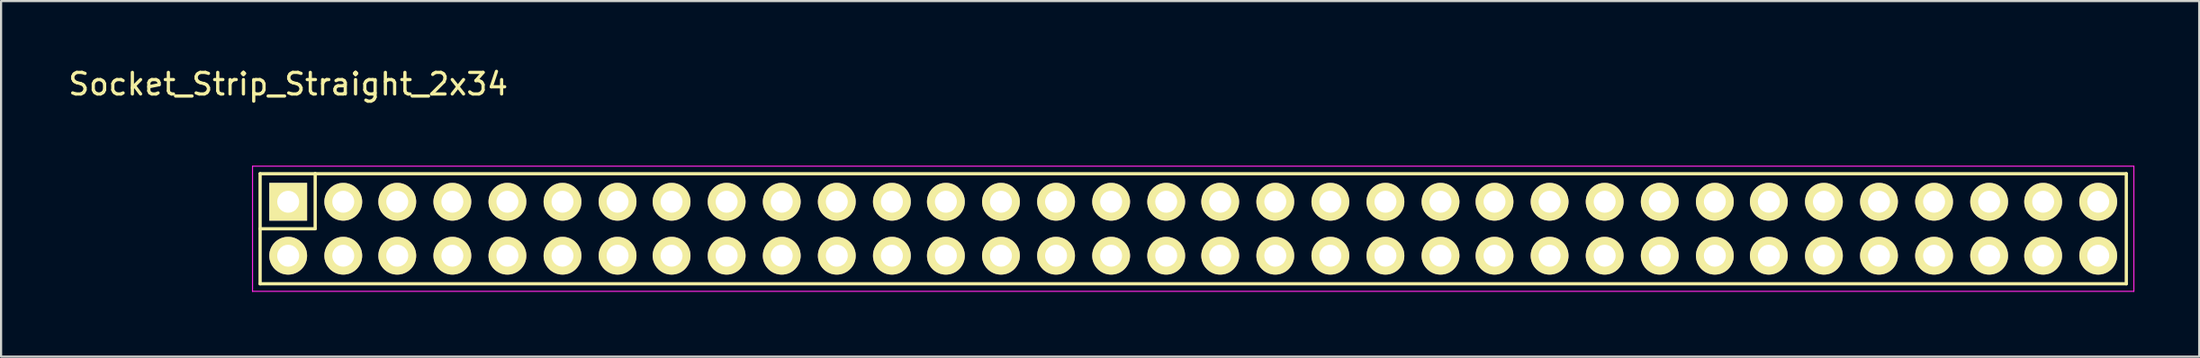
<source format=kicad_pcb>
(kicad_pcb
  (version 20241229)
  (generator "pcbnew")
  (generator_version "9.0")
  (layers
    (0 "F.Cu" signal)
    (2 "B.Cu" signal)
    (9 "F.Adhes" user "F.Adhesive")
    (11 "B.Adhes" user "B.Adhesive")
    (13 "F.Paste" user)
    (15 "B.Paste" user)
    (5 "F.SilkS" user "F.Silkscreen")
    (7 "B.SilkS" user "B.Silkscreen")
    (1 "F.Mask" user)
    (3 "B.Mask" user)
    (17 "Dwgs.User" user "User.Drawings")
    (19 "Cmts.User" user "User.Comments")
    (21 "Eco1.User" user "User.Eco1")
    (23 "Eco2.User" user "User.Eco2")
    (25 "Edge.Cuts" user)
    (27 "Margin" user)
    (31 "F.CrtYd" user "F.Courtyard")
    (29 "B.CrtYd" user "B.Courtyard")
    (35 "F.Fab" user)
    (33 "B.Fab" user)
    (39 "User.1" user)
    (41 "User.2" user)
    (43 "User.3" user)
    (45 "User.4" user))
  (footprint "Socket_Strip_Straight_2x34"
    (layer "F.Cu")
    (at 10.292 6.298)
    (property "Reference" "Socket_Strip_Straight_2x34" (at 0 -5.45 0) (layer "F.SilkS") (effects (font (size 1 1) (thickness 0.15))))
    (attr through_hole)
    (fp_line (start -1.3 -1.3) (end -1.3 1.25) (stroke (width 0.15) (type solid)) (layer "F.SilkS"))
    (fp_line (start -1.3 -1.3) (end 1.25 -1.3) (stroke (width 0.15) (type solid)) (layer "F.SilkS"))
    (fp_line (start -1.3 1.25) (end 1.25 1.25) (stroke (width 0.15) (type solid)) (layer "F.SilkS"))
    (fp_line (start -1.3 3.8) (end -1.3 1.25) (stroke (width 0.15) (type solid)) (layer "F.SilkS"))
    (fp_line (start 1.25 -1.3) (end 85.1 -1.3) (stroke (width 0.15) (type solid)) (layer "F.SilkS"))
    (fp_line (start 1.25 1.25) (end 1.25 -1.3) (stroke (width 0.15) (type solid)) (layer "F.SilkS"))
    (fp_line (start 85.1 3.8) (end -1.3 3.8) (stroke (width 0.15) (type solid)) (layer "F.SilkS"))
    (fp_line (start 85.1 3.8) (end 85.1 -1.3) (stroke (width 0.15) (type solid)) (layer "F.SilkS"))
    (fp_line (start -1.65 -1.65) (end -1.65 4.15) (stroke (width 0.05) (type solid)) (layer "F.CrtYd"))
    (fp_line (start -1.65 -1.65) (end 85.45 -1.65) (stroke (width 0.05) (type solid)) (layer "F.CrtYd"))
    (fp_line (start -1.65 4.15) (end 85.45 4.15) (stroke (width 0.05) (type solid)) (layer "F.CrtYd"))
    (fp_line (start 85.45 -1.65) (end 85.45 4.15) (stroke (width 0.05) (type solid)) (layer "F.CrtYd"))
    (pad "1" thru_hole rect (at 0 0) (size 1.75 1.75) (drill 1.016) (layers "*.Cu" "*.Mask" "F.SilkS"))
    (pad "2" thru_hole oval (at 0 2.5) (size 1.75 1.75) (drill 1.016) (layers "*.Cu" "*.Mask" "F.SilkS"))
    (pad "3" thru_hole oval (at 2.55 0) (size 1.75 1.75) (drill 1.016) (layers "*.Cu" "*.Mask" "F.SilkS"))
    (pad "4" thru_hole oval (at 2.55 2.5) (size 1.75 1.75) (drill 1.016) (layers "*.Cu" "*.Mask" "F.SilkS"))
    (pad "5" thru_hole oval (at 5.05 0) (size 1.75 1.75) (drill 1.016) (layers "*.Cu" "*.Mask" "F.SilkS"))
    (pad "6" thru_hole oval (at 5.05 2.5) (size 1.75 1.75) (drill 1.016) (layers "*.Cu" "*.Mask" "F.SilkS"))
    (pad "7" thru_hole oval (at 7.6 0) (size 1.75 1.75) (drill 1.016) (layers "*.Cu" "*.Mask" "F.SilkS"))
    (pad "8" thru_hole oval (at 7.6 2.5) (size 1.75 1.75) (drill 1.016) (layers "*.Cu" "*.Mask" "F.SilkS"))
    (pad "9" thru_hole oval (at 10.15 0) (size 1.75 1.75) (drill 1.016) (layers "*.Cu" "*.Mask" "F.SilkS"))
    (pad "10" thru_hole oval (at 10.15 2.5) (size 1.75 1.75) (drill 1.016) (layers "*.Cu" "*.Mask" "F.SilkS"))
    (pad "11" thru_hole oval (at 12.7 0) (size 1.75 1.75) (drill 1.016) (layers "*.Cu" "*.Mask" "F.SilkS"))
    (pad "12" thru_hole oval (at 12.7 2.5) (size 1.75 1.75) (drill 1.016) (layers "*.Cu" "*.Mask" "F.SilkS"))
    (pad "13" thru_hole oval (at 15.25 0) (size 1.75 1.75) (drill 1.016) (layers "*.Cu" "*.Mask" "F.SilkS"))
    (pad "14" thru_hole oval (at 15.25 2.5) (size 1.75 1.75) (drill 1.016) (layers "*.Cu" "*.Mask" "F.SilkS"))
    (pad "15" thru_hole oval (at 17.75 0) (size 1.75 1.75) (drill 1.016) (layers "*.Cu" "*.Mask" "F.SilkS"))
    (pad "16" thru_hole oval (at 17.75 2.5) (size 1.75 1.75) (drill 1.016) (layers "*.Cu" "*.Mask" "F.SilkS"))
    (pad "17" thru_hole oval (at 20.3 0) (size 1.75 1.75) (drill 1.016) (layers "*.Cu" "*.Mask" "F.SilkS"))
    (pad "18" thru_hole oval (at 20.3 2.5) (size 1.75 1.75) (drill 1.016) (layers "*.Cu" "*.Mask" "F.SilkS"))
    (pad "19" thru_hole oval (at 22.85 0) (size 1.75 1.75) (drill 1.016) (layers "*.Cu" "*.Mask" "F.SilkS"))
    (pad "20" thru_hole oval (at 22.85 2.5) (size 1.75 1.75) (drill 1.016) (layers "*.Cu" "*.Mask" "F.SilkS"))
    (pad "21" thru_hole oval (at 25.4 0) (size 1.75 1.75) (drill 1.016) (layers "*.Cu" "*.Mask" "F.SilkS"))
    (pad "22" thru_hole oval (at 25.4 2.5) (size 1.75 1.75) (drill 1.016) (layers "*.Cu" "*.Mask" "F.SilkS"))
    (pad "23" thru_hole oval (at 27.95 0) (size 1.75 1.75) (drill 1.016) (layers "*.Cu" "*.Mask" "F.SilkS"))
    (pad "24" thru_hole oval (at 27.95 2.5) (size 1.75 1.75) (drill 1.016) (layers "*.Cu" "*.Mask" "F.SilkS"))
    (pad "25" thru_hole oval (at 30.45 0) (size 1.75 1.75) (drill 1.016) (layers "*.Cu" "*.Mask" "F.SilkS"))
    (pad "26" thru_hole oval (at 30.45 2.5) (size 1.75 1.75) (drill 1.016) (layers "*.Cu" "*.Mask" "F.SilkS"))
    (pad "27" thru_hole oval (at 33 0) (size 1.75 1.75) (drill 1.016) (layers "*.Cu" "*.Mask" "F.SilkS"))
    (pad "28" thru_hole oval (at 33 2.5) (size 1.75 1.75) (drill 1.016) (layers "*.Cu" "*.Mask" "F.SilkS"))
    (pad "29" thru_hole oval (at 35.55 0) (size 1.75 1.75) (drill 1.016) (layers "*.Cu" "*.Mask" "F.SilkS"))
    (pad "30" thru_hole oval (at 35.55 2.5) (size 1.75 1.75) (drill 1.016) (layers "*.Cu" "*.Mask" "F.SilkS"))
    (pad "31" thru_hole oval (at 38.1 0) (size 1.75 1.75) (drill 1.016) (layers "*.Cu" "*.Mask" "F.SilkS"))
    (pad "32" thru_hole oval (at 38.1 2.5) (size 1.75 1.75) (drill 1.016) (layers "*.Cu" "*.Mask" "F.SilkS"))
    (pad "33" thru_hole oval (at 40.65 0) (size 1.75 1.75) (drill 1.016) (layers "*.Cu" "*.Mask" "F.SilkS"))
    (pad "34" thru_hole oval (at 40.65 2.5) (size 1.75 1.75) (drill 1.016) (layers "*.Cu" "*.Mask" "F.SilkS"))
    (pad "35" thru_hole oval (at 43.15 0) (size 1.75 1.75) (drill 1.016) (layers "*.Cu" "*.Mask" "F.SilkS"))
    (pad "36" thru_hole oval (at 43.15 2.5) (size 1.75 1.75) (drill 1.016) (layers "*.Cu" "*.Mask" "F.SilkS"))
    (pad "37" thru_hole oval (at 45.7 0) (size 1.75 1.75) (drill 1.016) (layers "*.Cu" "*.Mask" "F.SilkS"))
    (pad "38" thru_hole oval (at 45.7 2.5) (size 1.75 1.75) (drill 1.016) (layers "*.Cu" "*.Mask" "F.SilkS"))
    (pad "39" thru_hole oval (at 48.25 0) (size 1.75 1.75) (drill 1.016) (layers "*.Cu" "*.Mask" "F.SilkS"))
    (pad "40" thru_hole oval (at 48.25 2.5) (size 1.75 1.75) (drill 1.016) (layers "*.Cu" "*.Mask" "F.SilkS"))
    (pad "41" thru_hole oval (at 50.8 0) (size 1.75 1.75) (drill 1.016) (layers "*.Cu" "*.Mask" "F.SilkS"))
    (pad "42" thru_hole oval (at 50.8 2.5) (size 1.75 1.75) (drill 1.016) (layers "*.Cu" "*.Mask" "F.SilkS"))
    (pad "43" thru_hole oval (at 53.35 0) (size 1.75 1.75) (drill 1.016) (layers "*.Cu" "*.Mask" "F.SilkS"))
    (pad "44" thru_hole oval (at 53.35 2.5) (size 1.75 1.75) (drill 1.016) (layers "*.Cu" "*.Mask" "F.SilkS"))
    (pad "45" thru_hole oval (at 55.85 0) (size 1.75 1.75) (drill 1.016) (layers "*.Cu" "*.Mask" "F.SilkS"))
    (pad "46" thru_hole oval (at 55.85 2.5) (size 1.75 1.75) (drill 1.016) (layers "*.Cu" "*.Mask" "F.SilkS"))
    (pad "47" thru_hole oval (at 58.4 0) (size 1.75 1.75) (drill 1.016) (layers "*.Cu" "*.Mask" "F.SilkS"))
    (pad "48" thru_hole oval (at 58.4 2.5) (size 1.75 1.75) (drill 1.016) (layers "*.Cu" "*.Mask" "F.SilkS"))
    (pad "49" thru_hole oval (at 60.95 0) (size 1.75 1.75) (drill 1.016) (layers "*.Cu" "*.Mask" "F.SilkS"))
    (pad "50" thru_hole oval (at 60.95 2.5) (size 1.75 1.75) (drill 1.016) (layers "*.Cu" "*.Mask" "F.SilkS"))
    (pad "51" thru_hole oval (at 63.5 0) (size 1.75 1.75) (drill 1.016) (layers "*.Cu" "*.Mask" "F.SilkS"))
    (pad "52" thru_hole oval (at 63.5 2.5) (size 1.75 1.75) (drill 1.016) (layers "*.Cu" "*.Mask" "F.SilkS"))
    (pad "53" thru_hole oval (at 66.05 0) (size 1.75 1.75) (drill 1.016) (layers "*.Cu" "*.Mask" "F.SilkS"))
    (pad "54" thru_hole oval (at 66.05 2.5) (size 1.75 1.75) (drill 1.016) (layers "*.Cu" "*.Mask" "F.SilkS"))
    (pad "55" thru_hole oval (at 68.55 0) (size 1.75 1.75) (drill 1.016) (layers "*.Cu" "*.Mask" "F.SilkS"))
    (pad "56" thru_hole oval (at 68.55 2.5) (size 1.75 1.75) (drill 1.016) (layers "*.Cu" "*.Mask" "F.SilkS"))
    (pad "57" thru_hole oval (at 71.1 0) (size 1.75 1.75) (drill 1.016) (layers "*.Cu" "*.Mask" "F.SilkS"))
    (pad "58" thru_hole oval (at 71.1 2.5) (size 1.75 1.75) (drill 1.016) (layers "*.Cu" "*.Mask" "F.SilkS"))
    (pad "59" thru_hole oval (at 73.65 0) (size 1.75 1.75) (drill 1.016) (layers "*.Cu" "*.Mask" "F.SilkS"))
    (pad "60" thru_hole oval (at 73.65 2.5) (size 1.75 1.75) (drill 1.016) (layers "*.Cu" "*.Mask" "F.SilkS"))
    (pad "61" thru_hole oval (at 76.2 0) (size 1.75 1.75) (drill 1.016) (layers "*.Cu" "*.Mask" "F.SilkS"))
    (pad "62" thru_hole oval (at 76.2 2.5) (size 1.75 1.75) (drill 1.016) (layers "*.Cu" "*.Mask" "F.SilkS"))
    (pad "63" thru_hole oval (at 78.75 0) (size 1.75 1.75) (drill 1.016) (layers "*.Cu" "*.Mask" "F.SilkS"))
    (pad "64" thru_hole oval (at 78.75 2.5) (size 1.75 1.75) (drill 1.016) (layers "*.Cu" "*.Mask" "F.SilkS"))
    (pad "65" thru_hole oval (at 81.25 0) (size 1.75 1.75) (drill 1.016) (layers "*.Cu" "*.Mask" "F.SilkS"))
    (pad "66" thru_hole oval (at 81.25 2.5) (size 1.75 1.75) (drill 1.016) (layers "*.Cu" "*.Mask" "F.SilkS"))
    (pad "67" thru_hole oval (at 83.8 0) (size 1.75 1.75) (drill 1.016) (layers "*.Cu" "*.Mask" "F.SilkS"))
    (pad "68" thru_hole oval (at 83.8 2.5) (size 1.75 1.75) (drill 1.016) (layers "*.Cu" "*.Mask" "F.SilkS")))
  (gr_rect
    (start -3 -3)
    (end 98.767 13.473)
    (stroke (width 0.1) (type default))
    (fill no)
    (layer "Edge.Cuts")))
</source>
